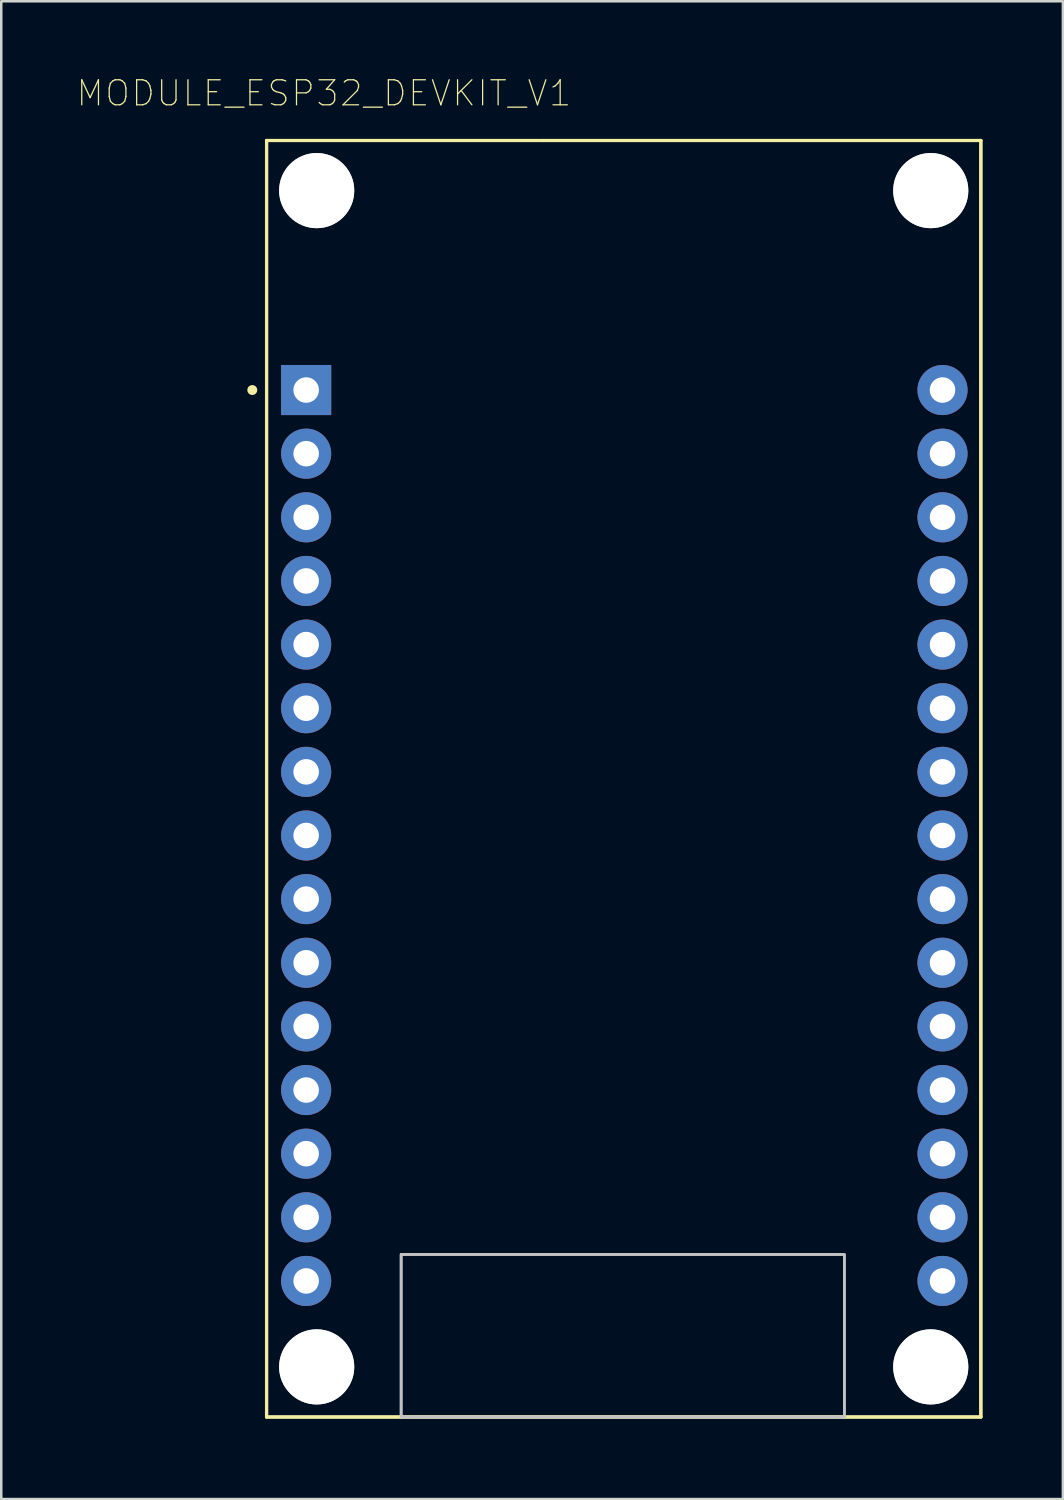
<source format=kicad_pcb>
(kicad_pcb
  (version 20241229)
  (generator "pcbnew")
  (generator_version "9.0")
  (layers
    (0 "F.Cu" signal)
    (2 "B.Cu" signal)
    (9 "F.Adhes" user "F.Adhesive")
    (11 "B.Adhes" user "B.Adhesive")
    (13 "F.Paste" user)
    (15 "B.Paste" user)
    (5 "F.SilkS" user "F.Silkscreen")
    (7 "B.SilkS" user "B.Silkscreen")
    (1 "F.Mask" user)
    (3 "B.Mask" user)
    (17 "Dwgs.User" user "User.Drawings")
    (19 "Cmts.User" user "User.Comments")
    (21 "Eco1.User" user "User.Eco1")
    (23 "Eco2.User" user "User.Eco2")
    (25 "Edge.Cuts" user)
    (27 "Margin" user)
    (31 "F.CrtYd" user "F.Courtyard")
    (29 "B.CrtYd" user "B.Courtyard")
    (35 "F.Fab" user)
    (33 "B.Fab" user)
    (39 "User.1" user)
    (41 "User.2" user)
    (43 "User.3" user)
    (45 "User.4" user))
  (footprint "MODULE_ESP32_DEVKIT_V1"
    (layer "F.Cu")
    (at 21.87 28.033)
    (property "Reference" "MODULE_ESP32_DEVKIT_V1" (at -11.99 -27.36 0) (layer "F.SilkS") (effects (font (size 1 1) (thickness 0.05))))
    (attr through_hole exclude_from_pos_files)
    (fp_line (start -14.28 -25.475) (end -3.211 -25.475) (stroke (width 0.127) (type solid)) (layer "F.SilkS"))
    (fp_line (start -14.28 -25.475) (end 14.23 -25.475) (stroke (width 0.127) (type solid)) (layer "F.SilkS"))
    (fp_line (start -14.28 25.475) (end -14.28 -25.475) (stroke (width 0.127) (type solid)) (layer "F.SilkS"))
    (fp_line (start -14.28 25.475) (end -14.28 -25.475) (stroke (width 0.127) (type solid)) (layer "F.SilkS"))
    (fp_line (start -14.28 25.475) (end -8.91 25.475) (stroke (width 0.127) (type solid)) (layer "F.SilkS"))
    (fp_line (start -8.91 25.475) (end 8.78 25.475) (stroke (width 0.127) (type solid)) (layer "F.SilkS"))
    (fp_line (start -3.211 -25.475) (end 3.5 -25.475) (stroke (width 0.127) (type solid)) (layer "F.SilkS"))
    (fp_line (start 3.5 -25.475) (end 14.23 -25.475) (stroke (width 0.127) (type solid)) (layer "F.SilkS"))
    (fp_line (start 8.78 25.475) (end 14.23 25.475) (stroke (width 0.127) (type solid)) (layer "F.SilkS"))
    (fp_line (start 14.23 -25.475) (end 14.23 25.475) (stroke (width 0.127) (type solid)) (layer "F.SilkS"))
    (fp_line (start 14.23 -25.475) (end 14.23 25.475) (stroke (width 0.127) (type solid)) (layer "F.SilkS"))
    (fp_line (start 14.23 25.475) (end -14.28 25.475) (stroke (width 0.127) (type solid)) (layer "F.SilkS"))
    (fp_circle (center -14.85 -15.515) (end -14.75 -15.515) (stroke (width 0.2) (type solid)) (fill no) (layer "F.SilkS"))
    (fp_poly (pts (xy -8.91 18.985) (xy 8.78 18.985) (xy 8.78 25.475) (xy -8.91 25.475)) (stroke (width 0.1) (type solid)) (fill no) (layer "Dwgs.User"))
    (fp_poly (pts (xy -8.91 18.985) (xy 8.78 18.985) (xy 8.78 25.475) (xy -8.91 25.475)) (stroke (width 0.1) (type solid)) (fill no) (layer "Dwgs.User"))
    (fp_poly (pts (xy -8.91 18.985) (xy 8.78 18.985) (xy 8.78 25.475) (xy -8.91 25.475)) (stroke (width 0.1) (type solid)) (fill no) (layer "Dwgs.User"))
    (fp_line (start -14.53 -25.725) (end -14.53 25.725) (stroke (width 0.05) (type solid)) (layer "Eco1.User"))
    (fp_line (start -14.53 25.725) (end 14.48 25.725) (stroke (width 0.05) (type solid)) (layer "Eco1.User"))
    (fp_line (start 14.48 -25.725) (end -14.53 -25.725) (stroke (width 0.05) (type solid)) (layer "Eco1.User"))
    (fp_line (start 14.48 25.725) (end 14.48 -25.725) (stroke (width 0.05) (type solid)) (layer "Eco1.User"))
    (fp_line (start -14.28 -25.475) (end -3.211 -25.475) (stroke (width 0.127) (type solid)) (layer "Eco2.User"))
    (fp_line (start -14.28 25.475) (end -14.28 -25.475) (stroke (width 0.127) (type solid)) (layer "Eco2.User"))
    (fp_line (start -14.28 25.475) (end -8.91 25.475) (stroke (width 0.127) (type solid)) (layer "Eco2.User"))
    (fp_line (start -8.91 6.355) (end 8.78 6.355) (stroke (width 0.127) (type solid)) (layer "Eco2.User"))
    (fp_line (start -8.91 18.985) (end -8.91 6.355) (stroke (width 0.127) (type solid)) (layer "Eco2.User"))
    (fp_line (start -8.91 18.985) (end 8.78 18.985) (stroke (width 0.127) (type solid)) (layer "Eco2.User"))
    (fp_line (start -8.91 25.475) (end -8.91 18.985) (stroke (width 0.127) (type solid)) (layer "Eco2.User"))
    (fp_line (start -8.91 25.475) (end 8.78 25.475) (stroke (width 0.127) (type solid)) (layer "Eco2.User"))
    (fp_line (start -3.211 -25.475) (end 3.5 -25.475) (stroke (width 0.127) (type solid)) (layer "Eco2.User"))
    (fp_line (start -3.211 -21.585) (end -3.211 -25.475) (stroke (width 0.127) (type solid)) (layer "Eco2.User"))
    (fp_line (start 3.5 -25.475) (end 3.5 -21.585) (stroke (width 0.127) (type solid)) (layer "Eco2.User"))
    (fp_line (start 3.5 -25.475) (end 14.23 -25.475) (stroke (width 0.127) (type solid)) (layer "Eco2.User"))
    (fp_line (start 3.5 -21.585) (end -3.211 -21.585) (stroke (width 0.127) (type solid)) (layer "Eco2.User"))
    (fp_line (start 8.78 6.355) (end 8.78 18.985) (stroke (width 0.127) (type solid)) (layer "Eco2.User"))
    (fp_line (start 8.78 18.985) (end 8.78 25.475) (stroke (width 0.127) (type solid)) (layer "Eco2.User"))
    (fp_line (start 8.78 25.475) (end 14.23 25.475) (stroke (width 0.127) (type solid)) (layer "Eco2.User"))
    (fp_line (start 14.23 -25.475) (end 14.23 25.475) (stroke (width 0.127) (type solid)) (layer "Eco2.User"))
    (fp_circle (center -14.85 -15.515) (end -14.75 -15.515) (stroke (width 0.2) (type solid)) (fill no) (layer "Eco2.User"))
    (pad "" np_thru_hole circle (at -12.28 -23.475) (size 3 3) (drill 3) (layers "*.Cu" "Dwgs.User"))
    (pad "" np_thru_hole circle (at -12.28 23.475) (size 3 3) (drill 3) (layers "*.Cu" "Dwgs.User"))
    (pad "" np_thru_hole circle (at 12.23 -23.475) (size 3 3) (drill 3) (layers "*.Cu" "Dwgs.User"))
    (pad "" np_thru_hole circle (at 12.23 23.475) (size 3 3) (drill 3) (layers "*.Cu" "Dwgs.User"))
    (pad "1" thru_hole rect (at -12.7 -15.515) (size 2 2) (drill 1.02) (layers "*.Cu" "*.Mask"))
    (pad "2" thru_hole circle (at -12.7 -12.975) (size 2 2) (drill 1.02) (layers "*.Cu" "*.Mask"))
    (pad "3" thru_hole circle (at -12.7 -10.435) (size 2 2) (drill 1.02) (layers "*.Cu" "*.Mask"))
    (pad "4" thru_hole circle (at -12.7 -7.895) (size 2 2) (drill 1.02) (layers "*.Cu" "*.Mask"))
    (pad "5" thru_hole circle (at -12.7 -5.355) (size 2 2) (drill 1.02) (layers "*.Cu" "*.Mask"))
    (pad "6" thru_hole circle (at -12.7 -2.815) (size 2 2) (drill 1.02) (layers "*.Cu" "*.Mask"))
    (pad "7" thru_hole circle (at -12.7 -0.275) (size 2 2) (drill 1.02) (layers "*.Cu" "*.Mask"))
    (pad "8" thru_hole circle (at -12.7 2.265) (size 2 2) (drill 1.02) (layers "*.Cu" "*.Mask"))
    (pad "9" thru_hole circle (at -12.7 4.805) (size 2 2) (drill 1.02) (layers "*.Cu" "*.Mask"))
    (pad "10" thru_hole circle (at -12.7 7.345) (size 2 2) (drill 1.02) (layers "*.Cu" "*.Mask"))
    (pad "11" thru_hole circle (at -12.7 9.885) (size 2 2) (drill 1.02) (layers "*.Cu" "*.Mask"))
    (pad "12" thru_hole circle (at -12.7 12.425) (size 2 2) (drill 1.02) (layers "*.Cu" "*.Mask"))
    (pad "13" thru_hole circle (at -12.7 14.965) (size 2 2) (drill 1.02) (layers "*.Cu" "*.Mask"))
    (pad "14" thru_hole circle (at -12.7 17.505) (size 2 2) (drill 1.02) (layers "*.Cu" "*.Mask"))
    (pad "15" thru_hole circle (at -12.7 20.045) (size 2 2) (drill 1.02) (layers "*.Cu" "*.Mask"))
    (pad "16" thru_hole circle (at 12.7 20.045) (size 2 2) (drill 1.02) (layers "*.Cu" "*.Mask"))
    (pad "17" thru_hole circle (at 12.7 17.505) (size 2 2) (drill 1.02) (layers "*.Cu" "*.Mask"))
    (pad "18" thru_hole circle (at 12.7 14.965) (size 2 2) (drill 1.02) (layers "*.Cu" "*.Mask"))
    (pad "19" thru_hole circle (at 12.7 12.425) (size 2 2) (drill 1.02) (layers "*.Cu" "*.Mask"))
    (pad "20" thru_hole circle (at 12.7 9.885) (size 2 2) (drill 1.02) (layers "*.Cu" "*.Mask"))
    (pad "21" thru_hole circle (at 12.7 7.345) (size 2 2) (drill 1.02) (layers "*.Cu" "*.Mask"))
    (pad "22" thru_hole circle (at 12.7 4.805) (size 2 2) (drill 1.02) (layers "*.Cu" "*.Mask"))
    (pad "23" thru_hole circle (at 12.7 2.265) (size 2 2) (drill 1.02) (layers "*.Cu" "*.Mask"))
    (pad "24" thru_hole circle (at 12.7 -0.275) (size 2 2) (drill 1.02) (layers "*.Cu" "*.Mask"))
    (pad "25" thru_hole circle (at 12.7 -2.815) (size 2 2) (drill 1.02) (layers "*.Cu" "*.Mask"))
    (pad "26" thru_hole circle (at 12.7 -5.355) (size 2 2) (drill 1.02) (layers "*.Cu" "*.Mask"))
    (pad "27" thru_hole circle (at 12.7 -7.895) (size 2 2) (drill 1.02) (layers "*.Cu" "*.Mask"))
    (pad "28" thru_hole circle (at 12.7 -10.435) (size 2 2) (drill 1.02) (layers "*.Cu" "*.Mask"))
    (pad "29" thru_hole circle (at 12.7 -12.975) (size 2 2) (drill 1.02) (layers "*.Cu" "*.Mask"))
    (pad "30" thru_hole circle (at 12.7 -15.515) (size 2 2) (drill 1.02) (layers "*.Cu" "*.Mask")))
  (gr_rect
    (start -3 -3)
    (end 39.375 56.783)
    (stroke (width 0.1) (type default))
    (fill no)
    (layer "Edge.Cuts")))
</source>
